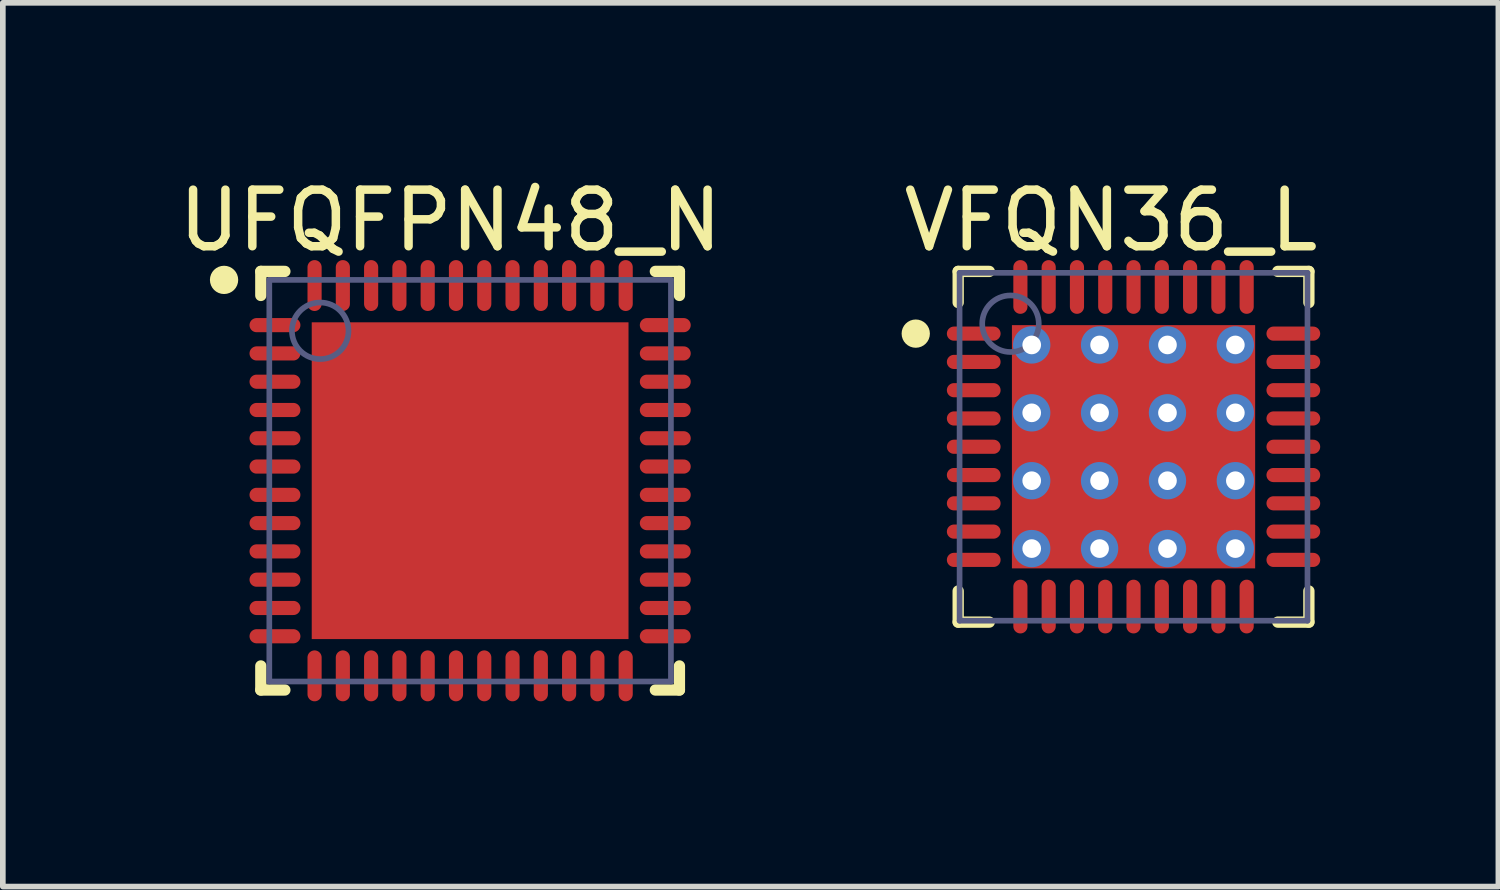
<source format=kicad_pcb>
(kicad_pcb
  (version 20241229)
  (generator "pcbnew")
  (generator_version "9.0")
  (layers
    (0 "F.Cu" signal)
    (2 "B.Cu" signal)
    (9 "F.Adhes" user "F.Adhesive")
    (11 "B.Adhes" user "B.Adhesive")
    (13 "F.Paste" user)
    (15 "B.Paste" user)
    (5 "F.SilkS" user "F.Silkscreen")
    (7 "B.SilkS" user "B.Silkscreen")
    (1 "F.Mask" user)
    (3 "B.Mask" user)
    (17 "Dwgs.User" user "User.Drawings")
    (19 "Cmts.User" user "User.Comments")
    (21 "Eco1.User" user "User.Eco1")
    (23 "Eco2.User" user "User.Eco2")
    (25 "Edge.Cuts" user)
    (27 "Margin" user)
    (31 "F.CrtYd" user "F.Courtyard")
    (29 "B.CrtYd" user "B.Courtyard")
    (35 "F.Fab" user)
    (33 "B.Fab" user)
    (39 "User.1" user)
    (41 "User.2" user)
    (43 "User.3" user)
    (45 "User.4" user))
  (footprint "UFQFPN48_N"
    (layer "F.Cu")
    (at 5.261 5.448)
    (property "Reference" "UFQFPN48_N" (at -0.35 -4.6 0) (layer "F.SilkS") (effects (font (size 1 1) (thickness 0.15))))
    (fp_line (start -3.7 -3.7) (end -3.275 -3.7) (stroke (width 0.2) (type solid)) (layer "F.SilkS"))
    (fp_line (start -3.7 -3.275) (end -3.7 -3.7) (stroke (width 0.2) (type solid)) (layer "F.SilkS"))
    (fp_line (start -3.7 3.7) (end -3.7 3.275) (stroke (width 0.2) (type solid)) (layer "F.SilkS"))
    (fp_line (start -3.7 3.7) (end -3.275 3.7) (stroke (width 0.2) (type solid)) (layer "F.SilkS"))
    (fp_line (start 3.275 -3.7) (end 3.7 -3.7) (stroke (width 0.2) (type solid)) (layer "F.SilkS"))
    (fp_line (start 3.275 3.7) (end 3.7 3.7) (stroke (width 0.2) (type solid)) (layer "F.SilkS"))
    (fp_line (start 3.7 -3.275) (end 3.7 -3.7) (stroke (width 0.2) (type solid)) (layer "F.SilkS"))
    (fp_line (start 3.7 3.7) (end 3.7 3.275) (stroke (width 0.2) (type solid)) (layer "F.SilkS"))
    (fp_circle (center -4.35 -3.55) (end -4.35 -3.675) (stroke (width 0.25) (type solid)) (fill no) (layer "F.SilkS"))
    (fp_line (start -4.15 -4.15) (end 4.15 -4.15) (stroke (width 0.05) (type solid)) (layer "Eco2.User"))
    (fp_line (start -4.15 4.15) (end -4.15 -4.15) (stroke (width 0.05) (type solid)) (layer "Eco2.User"))
    (fp_line (start -4.15 4.15) (end 4.15 4.15) (stroke (width 0.05) (type solid)) (layer "Eco2.User"))
    (fp_line (start -0.5 0) (end 0.5 0) (stroke (width 0.1) (type solid)) (layer "Eco2.User"))
    (fp_line (start 0 0.5) (end 0 -0.5) (stroke (width 0.1) (type solid)) (layer "Eco2.User"))
    (fp_line (start 4.15 4.15) (end 4.15 -4.15) (stroke (width 0.05) (type solid)) (layer "Eco2.User"))
    (fp_line (start -3.55 -3.55) (end 3.55 -3.55) (stroke (width 0.1) (type solid)) (layer "B.Fab"))
    (fp_line (start -3.55 3.55) (end -3.55 -3.55) (stroke (width 0.1) (type solid)) (layer "B.Fab"))
    (fp_line (start -3.55 3.55) (end 3.55 3.55) (stroke (width 0.1) (type solid)) (layer "B.Fab"))
    (fp_line (start 3.55 3.55) (end 3.55 -3.55) (stroke (width 0.1) (type solid)) (layer "B.Fab"))
    (fp_circle (center -2.65 -2.65) (end -2.65 -3.15) (stroke (width 0.1) (type solid)) (fill no) (layer "B.Fab"))
    (pad "1" smd oval (at -3.45 -2.75 90) (size 0.25 0.9) (layers "F.Cu" "F.Mask" "F.Paste"))
    (pad "2" smd oval (at -3.45 -2.25 90) (size 0.25 0.9) (layers "F.Cu" "F.Mask" "F.Paste"))
    (pad "3" smd oval (at -3.45 -1.75 90) (size 0.25 0.9) (layers "F.Cu" "F.Mask" "F.Paste"))
    (pad "4" smd oval (at -3.45 -1.25 90) (size 0.25 0.9) (layers "F.Cu" "F.Mask" "F.Paste"))
    (pad "5" smd oval (at -3.45 -0.75 90) (size 0.25 0.9) (layers "F.Cu" "F.Mask" "F.Paste"))
    (pad "6" smd oval (at -3.45 -0.25 90) (size 0.25 0.9) (layers "F.Cu" "F.Mask" "F.Paste"))
    (pad "7" smd oval (at -3.45 0.25 90) (size 0.25 0.9) (layers "F.Cu" "F.Mask" "F.Paste"))
    (pad "8" smd oval (at -3.45 0.75 90) (size 0.25 0.9) (layers "F.Cu" "F.Mask" "F.Paste"))
    (pad "9" smd oval (at -3.45 1.25 90) (size 0.25 0.9) (layers "F.Cu" "F.Mask" "F.Paste"))
    (pad "10" smd oval (at -3.45 1.75 90) (size 0.25 0.9) (layers "F.Cu" "F.Mask" "F.Paste"))
    (pad "11" smd oval (at -3.45 2.25 90) (size 0.25 0.9) (layers "F.Cu" "F.Mask" "F.Paste"))
    (pad "12" smd oval (at -3.45 2.75 90) (size 0.25 0.9) (layers "F.Cu" "F.Mask" "F.Paste"))
    (pad "13" smd oval (at -2.75 3.45) (size 0.25 0.9) (layers "F.Cu" "F.Mask" "F.Paste"))
    (pad "14" smd oval (at -2.25 3.45) (size 0.25 0.9) (layers "F.Cu" "F.Mask" "F.Paste"))
    (pad "15" smd oval (at -1.75 3.45) (size 0.25 0.9) (layers "F.Cu" "F.Mask" "F.Paste"))
    (pad "16" smd oval (at -1.25 3.45) (size 0.25 0.9) (layers "F.Cu" "F.Mask" "F.Paste"))
    (pad "17" smd oval (at -0.75 3.45) (size 0.25 0.9) (layers "F.Cu" "F.Mask" "F.Paste"))
    (pad "18" smd oval (at -0.25 3.45) (size 0.25 0.9) (layers "F.Cu" "F.Mask" "F.Paste"))
    (pad "19" smd oval (at 0.25 3.45) (size 0.25 0.9) (layers "F.Cu" "F.Mask" "F.Paste"))
    (pad "20" smd oval (at 0.75 3.45) (size 0.25 0.9) (layers "F.Cu" "F.Mask" "F.Paste"))
    (pad "21" smd oval (at 1.25 3.45) (size 0.25 0.9) (layers "F.Cu" "F.Mask" "F.Paste"))
    (pad "22" smd oval (at 1.75 3.45) (size 0.25 0.9) (layers "F.Cu" "F.Mask" "F.Paste"))
    (pad "23" smd oval (at 2.25 3.45) (size 0.25 0.9) (layers "F.Cu" "F.Mask" "F.Paste"))
    (pad "24" smd oval (at 2.75 3.45) (size 0.25 0.9) (layers "F.Cu" "F.Mask" "F.Paste"))
    (pad "25" smd oval (at 3.45 2.75 90) (size 0.25 0.9) (layers "F.Cu" "F.Mask" "F.Paste"))
    (pad "26" smd oval (at 3.45 2.25 90) (size 0.25 0.9) (layers "F.Cu" "F.Mask" "F.Paste"))
    (pad "27" smd oval (at 3.45 1.75 90) (size 0.25 0.9) (layers "F.Cu" "F.Mask" "F.Paste"))
    (pad "28" smd oval (at 3.45 1.25 90) (size 0.25 0.9) (layers "F.Cu" "F.Mask" "F.Paste"))
    (pad "29" smd oval (at 3.45 0.75 90) (size 0.25 0.9) (layers "F.Cu" "F.Mask" "F.Paste"))
    (pad "30" smd oval (at 3.45 0.25 90) (size 0.25 0.9) (layers "F.Cu" "F.Mask" "F.Paste"))
    (pad "31" smd oval (at 3.45 -0.25 90) (size 0.25 0.9) (layers "F.Cu" "F.Mask" "F.Paste"))
    (pad "32" smd oval (at 3.45 -0.75 90) (size 0.25 0.9) (layers "F.Cu" "F.Mask" "F.Paste"))
    (pad "33" smd oval (at 3.45 -1.25 90) (size 0.25 0.9) (layers "F.Cu" "F.Mask" "F.Paste"))
    (pad "34" smd oval (at 3.45 -1.75 90) (size 0.25 0.9) (layers "F.Cu" "F.Mask" "F.Paste"))
    (pad "35" smd oval (at 3.45 -2.25 90) (size 0.25 0.9) (layers "F.Cu" "F.Mask" "F.Paste"))
    (pad "36" smd oval (at 3.45 -2.75 90) (size 0.25 0.9) (layers "F.Cu" "F.Mask" "F.Paste"))
    (pad "37" smd oval (at 2.75 -3.45) (size 0.25 0.9) (layers "F.Cu" "F.Mask" "F.Paste"))
    (pad "38" smd oval (at 2.25 -3.45) (size 0.25 0.9) (layers "F.Cu" "F.Mask" "F.Paste"))
    (pad "39" smd oval (at 1.75 -3.45) (size 0.25 0.9) (layers "F.Cu" "F.Mask" "F.Paste"))
    (pad "40" smd oval (at 1.25 -3.45) (size 0.25 0.9) (layers "F.Cu" "F.Mask" "F.Paste"))
    (pad "41" smd oval (at 0.75 -3.45) (size 0.25 0.9) (layers "F.Cu" "F.Mask" "F.Paste"))
    (pad "42" smd oval (at 0.25 -3.45) (size 0.25 0.9) (layers "F.Cu" "F.Mask" "F.Paste"))
    (pad "43" smd oval (at -0.25 -3.45) (size 0.25 0.9) (layers "F.Cu" "F.Mask" "F.Paste"))
    (pad "44" smd oval (at -0.75 -3.45) (size 0.25 0.9) (layers "F.Cu" "F.Mask" "F.Paste"))
    (pad "45" smd oval (at -1.25 -3.45) (size 0.25 0.9) (layers "F.Cu" "F.Mask" "F.Paste"))
    (pad "46" smd oval (at -1.75 -3.45) (size 0.25 0.9) (layers "F.Cu" "F.Mask" "F.Paste"))
    (pad "47" smd oval (at -2.25 -3.45) (size 0.25 0.9) (layers "F.Cu" "F.Mask" "F.Paste"))
    (pad "48" smd oval (at -2.75 -3.45) (size 0.25 0.9) (layers "F.Cu" "F.Mask" "F.Paste"))
    (pad "49" smd rect (at 0 0) (size 5.6 5.6) (layers "F.Cu" "F.Mask" "F.Paste")))
  (footprint "VFQN36_L"
    (layer "F.Cu")
    (at 16.989 4.848)
    (property "Reference" "VFQN36_L" (at -0.4 -4 0) (layer "F.SilkS") (effects (font (size 1 1) (thickness 0.15))))
    (fp_line (start -3.1 -3.1) (end -2.55 -3.1) (stroke (width 0.2) (type solid)) (layer "F.SilkS"))
    (fp_line (start -3.1 -2.55) (end -3.1 -3.1) (stroke (width 0.2) (type solid)) (layer "F.SilkS"))
    (fp_line (start -3.1 3.1) (end -3.1 2.55) (stroke (width 0.2) (type solid)) (layer "F.SilkS"))
    (fp_line (start -3.1 3.1) (end -2.55 3.1) (stroke (width 0.2) (type solid)) (layer "F.SilkS"))
    (fp_line (start 2.55 -3.1) (end 3.1 -3.1) (stroke (width 0.2) (type solid)) (layer "F.SilkS"))
    (fp_line (start 2.55 3.1) (end 3.1 3.1) (stroke (width 0.2) (type solid)) (layer "F.SilkS"))
    (fp_line (start 3.1 -2.55) (end 3.1 -3.1) (stroke (width 0.2) (type solid)) (layer "F.SilkS"))
    (fp_line (start 3.1 3.1) (end 3.1 2.55) (stroke (width 0.2) (type solid)) (layer "F.SilkS"))
    (fp_circle (center -3.85 -2) (end -3.85 -2.125) (stroke (width 0.25) (type solid)) (fill no) (layer "F.SilkS"))
    (fp_line (start -3.4 -3.4) (end 3.4 -3.4) (stroke (width 0.1) (type solid)) (layer "Eco2.User"))
    (fp_line (start -3.4 3.4) (end -3.4 -3.4) (stroke (width 0.1) (type solid)) (layer "Eco2.User"))
    (fp_line (start -3.4 3.4) (end 3.4 3.4) (stroke (width 0.1) (type solid)) (layer "Eco2.User"))
    (fp_line (start -0.5 0) (end 0.5 0) (stroke (width 0.1) (type solid)) (layer "Eco2.User"))
    (fp_line (start 0 0.5) (end 0 -0.5) (stroke (width 0.1) (type solid)) (layer "Eco2.User"))
    (fp_line (start 3.4 3.4) (end 3.4 -3.4) (stroke (width 0.1) (type solid)) (layer "Eco2.User"))
    (fp_line (start -3.075 -3.075) (end 3.075 -3.075) (stroke (width 0.1) (type solid)) (layer "B.Fab"))
    (fp_line (start -3.075 3.075) (end -3.075 -3.075) (stroke (width 0.1) (type solid)) (layer "B.Fab"))
    (fp_line (start -3.075 3.075) (end 3.075 3.075) (stroke (width 0.1) (type solid)) (layer "B.Fab"))
    (fp_line (start 3.075 3.075) (end 3.075 -3.075) (stroke (width 0.1) (type solid)) (layer "B.Fab"))
    (fp_circle (center -2.175 -2.175) (end -2.175 -2.675) (stroke (width 0.1) (type solid)) (fill no) (layer "B.Fab"))
    (pad "1" smd oval (at -2.825 -2 90) (size 0.25 0.95) (layers "F.Cu" "F.Mask" "F.Paste"))
    (pad "2" smd oval (at -2.825 -1.5 90) (size 0.25 0.95) (layers "F.Cu" "F.Mask" "F.Paste"))
    (pad "3" smd oval (at -2.825 -1 90) (size 0.25 0.95) (layers "F.Cu" "F.Mask" "F.Paste"))
    (pad "4" smd oval (at -2.825 -0.5 90) (size 0.25 0.95) (layers "F.Cu" "F.Mask" "F.Paste"))
    (pad "5" smd oval (at -2.825 0 90) (size 0.25 0.95) (layers "F.Cu" "F.Mask" "F.Paste"))
    (pad "6" smd oval (at -2.825 0.5 90) (size 0.25 0.95) (layers "F.Cu" "F.Mask" "F.Paste"))
    (pad "7" smd oval (at -2.825 1 90) (size 0.25 0.95) (layers "F.Cu" "F.Mask" "F.Paste"))
    (pad "8" smd oval (at -2.825 1.5 90) (size 0.25 0.95) (layers "F.Cu" "F.Mask" "F.Paste"))
    (pad "9" smd oval (at -2.825 2 90) (size 0.25 0.95) (layers "F.Cu" "F.Mask" "F.Paste"))
    (pad "10" smd oval (at -2 2.825) (size 0.25 0.95) (layers "F.Cu" "F.Mask" "F.Paste"))
    (pad "11" smd oval (at -1.5 2.825) (size 0.25 0.95) (layers "F.Cu" "F.Mask" "F.Paste"))
    (pad "12" smd oval (at -1 2.825) (size 0.25 0.95) (layers "F.Cu" "F.Mask" "F.Paste"))
    (pad "13" smd oval (at -0.5 2.825) (size 0.25 0.95) (layers "F.Cu" "F.Mask" "F.Paste"))
    (pad "14" smd oval (at 0 2.825) (size 0.25 0.95) (layers "F.Cu" "F.Mask" "F.Paste"))
    (pad "15" smd oval (at 0.5 2.825) (size 0.25 0.95) (layers "F.Cu" "F.Mask" "F.Paste"))
    (pad "16" smd oval (at 1 2.825) (size 0.25 0.95) (layers "F.Cu" "F.Mask" "F.Paste"))
    (pad "17" smd oval (at 1.5 2.825) (size 0.25 0.95) (layers "F.Cu" "F.Mask" "F.Paste"))
    (pad "18" smd oval (at 2 2.825) (size 0.25 0.95) (layers "F.Cu" "F.Mask" "F.Paste"))
    (pad "19" smd oval (at 2.825 2 90) (size 0.25 0.95) (layers "F.Cu" "F.Mask" "F.Paste"))
    (pad "20" smd oval (at 2.825 1.5 90) (size 0.25 0.95) (layers "F.Cu" "F.Mask" "F.Paste"))
    (pad "21" smd oval (at 2.825 1 90) (size 0.25 0.95) (layers "F.Cu" "F.Mask" "F.Paste"))
    (pad "22" smd oval (at 2.825 0.5 90) (size 0.25 0.95) (layers "F.Cu" "F.Mask" "F.Paste"))
    (pad "23" smd oval (at 2.825 0 90) (size 0.25 0.95) (layers "F.Cu" "F.Mask" "F.Paste"))
    (pad "24" smd oval (at 2.825 -0.5 90) (size 0.25 0.95) (layers "F.Cu" "F.Mask" "F.Paste"))
    (pad "25" smd oval (at 2.825 -1 90) (size 0.25 0.95) (layers "F.Cu" "F.Mask" "F.Paste"))
    (pad "26" smd oval (at 2.825 -1.5 90) (size 0.25 0.95) (layers "F.Cu" "F.Mask" "F.Paste"))
    (pad "27" smd oval (at 2.825 -2 90) (size 0.25 0.95) (layers "F.Cu" "F.Mask" "F.Paste"))
    (pad "28" smd oval (at 2 -2.825) (size 0.25 0.95) (layers "F.Cu" "F.Mask" "F.Paste"))
    (pad "29" smd oval (at 1.5 -2.825) (size 0.25 0.95) (layers "F.Cu" "F.Mask" "F.Paste"))
    (pad "30" smd oval (at 1 -2.825) (size 0.25 0.95) (layers "F.Cu" "F.Mask" "F.Paste"))
    (pad "31" smd oval (at 0.5 -2.825) (size 0.25 0.95) (layers "F.Cu" "F.Mask" "F.Paste"))
    (pad "32" smd oval (at 0 -2.825) (size 0.25 0.95) (layers "F.Cu" "F.Mask" "F.Paste"))
    (pad "33" smd oval (at -0.5 -2.825) (size 0.25 0.95) (layers "F.Cu" "F.Mask" "F.Paste"))
    (pad "34" smd oval (at -1 -2.825) (size 0.25 0.95) (layers "F.Cu" "F.Mask" "F.Paste"))
    (pad "35" smd oval (at -1.5 -2.825) (size 0.25 0.95) (layers "F.Cu" "F.Mask" "F.Paste"))
    (pad "36" smd oval (at -2 -2.825) (size 0.25 0.95) (layers "F.Cu" "F.Mask" "F.Paste"))
    (pad "37" thru_hole circle (at -1.8 -1.8) (size 0.66 0.66) (drill 0.33) (layers "*.Cu" "B.Mask"))
    (pad "37" thru_hole circle (at -1.8 -0.6) (size 0.66 0.66) (drill 0.33) (layers "*.Cu" "B.Mask"))
    (pad "37" thru_hole circle (at -1.8 0.6) (size 0.66 0.66) (drill 0.33) (layers "*.Cu" "B.Mask"))
    (pad "37" thru_hole circle (at -1.8 1.8) (size 0.66 0.66) (drill 0.33) (layers "*.Cu" "B.Mask"))
    (pad "37" thru_hole circle (at -0.6 -1.8) (size 0.66 0.66) (drill 0.33) (layers "*.Cu" "B.Mask"))
    (pad "37" thru_hole circle (at -0.6 -0.6) (size 0.66 0.66) (drill 0.33) (layers "*.Cu" "B.Mask"))
    (pad "37" thru_hole circle (at -0.6 0.6) (size 0.66 0.66) (drill 0.33) (layers "*.Cu" "B.Mask"))
    (pad "37" thru_hole circle (at -0.6 1.8) (size 0.66 0.66) (drill 0.33) (layers "*.Cu" "B.Mask"))
    (pad "37" smd rect (at 0 0) (size 4.3 4.3) (layers "F.Cu" "F.Mask" "F.Paste"))
    (pad "37" thru_hole circle (at 0.6 -1.8) (size 0.66 0.66) (drill 0.33) (layers "*.Cu" "B.Mask"))
    (pad "37" thru_hole circle (at 0.6 -0.6) (size 0.66 0.66) (drill 0.33) (layers "*.Cu" "B.Mask"))
    (pad "37" thru_hole circle (at 0.6 0.6) (size 0.66 0.66) (drill 0.33) (layers "*.Cu" "B.Mask"))
    (pad "37" thru_hole circle (at 0.6 1.8) (size 0.66 0.66) (drill 0.33) (layers "*.Cu" "B.Mask"))
    (pad "37" thru_hole circle (at 1.8 -1.8) (size 0.66 0.66) (drill 0.33) (layers "*.Cu" "B.Mask"))
    (pad "37" thru_hole circle (at 1.8 -0.6) (size 0.66 0.66) (drill 0.33) (layers "*.Cu" "B.Mask"))
    (pad "37" thru_hole circle (at 1.8 0.6) (size 0.66 0.66) (drill 0.33) (layers "*.Cu" "B.Mask"))
    (pad "37" thru_hole circle (at 1.8 1.8) (size 0.66 0.66) (drill 0.33) (layers "*.Cu" "B.Mask")))
  (gr_rect
    (start -3 -3)
    (end 23.439 12.623)
    (stroke (width 0.1) (type default))
    (fill no)
    (layer "Edge.Cuts")))
</source>
